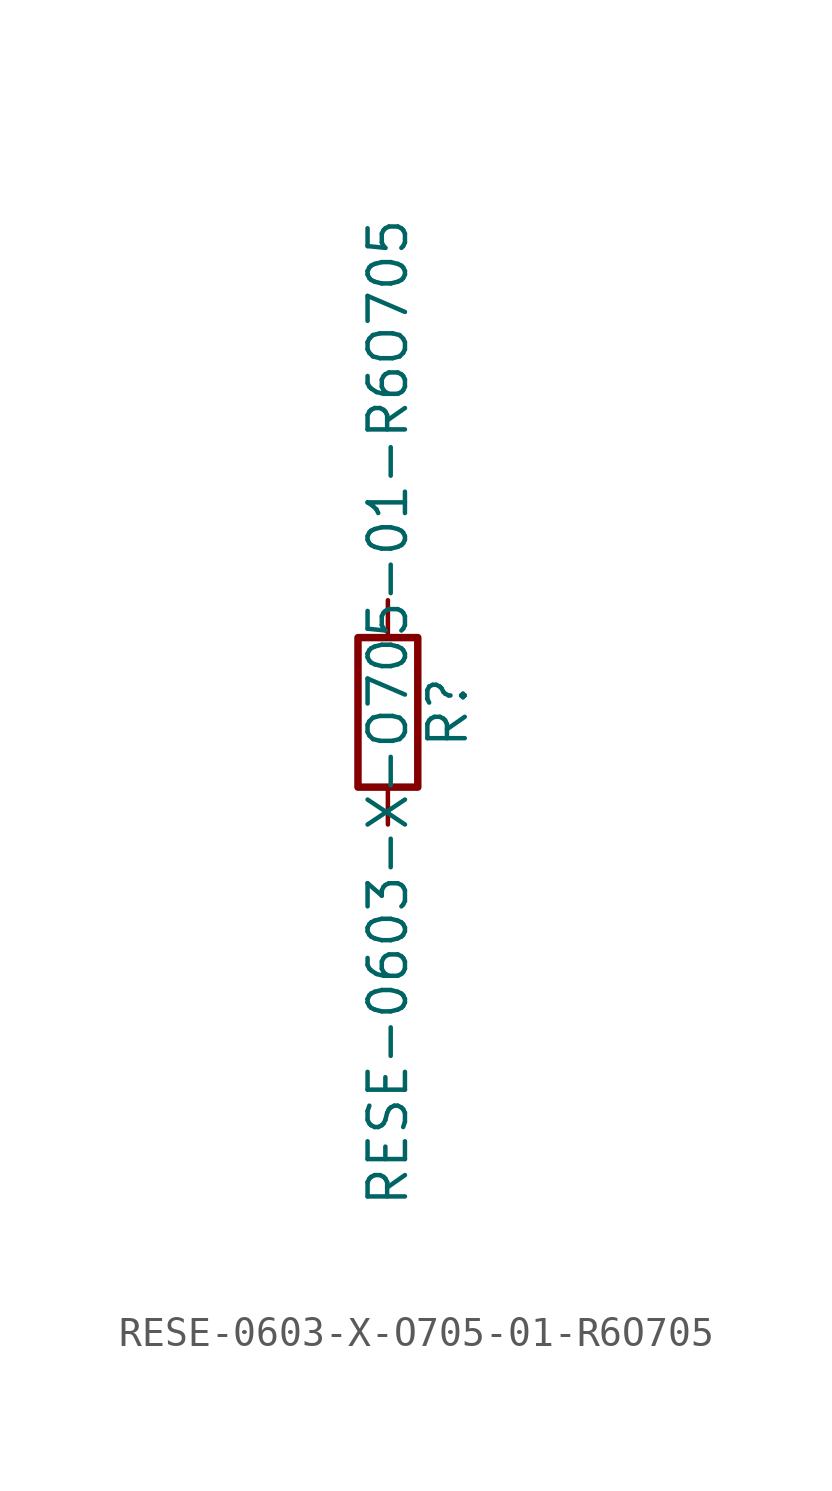
<source format=kicad_sym>
(kicad_symbol_lib
  (version 20211014)
  (generator kicad_symbol_editor)
  (symbol "RESE-0603-X-O705-01-R6O705"
    (pin_numbers hide)
    (pin_names
      (offset 0))
    (property "Reference" "R"
      (at 2.032 0 90)
      (effects (font (size 1.27 1.27))))
    (property "Value" "RESE-0603-X-O705-01-R6O705"
      (at 0 0 90)
      (effects (font (size 1.27 1.27))))
    (symbol "RESE-0603-X-O705-01-R6O705_0_1"
      (rectangle (start -1.016 -2.54) (end 1.016 2.54) (stroke (width 0.254) (type default) (color 0 0 0 0)) (fill (type none))))
    (symbol "RESE-0603-X-O705-01-R6O705_1_1"
      (pin passive line (at 0 3.81 270) (length 1.27) (name "~" (effects (font (size 1.27 1.27)))) (number "1" (effects (font (size 1.27 1.27)))))
      (pin passive line (at 0 -3.81 90) (length 1.27) (name "~" (effects (font (size 1.27 1.27)))) (number "2" (effects (font (size 1.27 1.27))))))))
</source>
